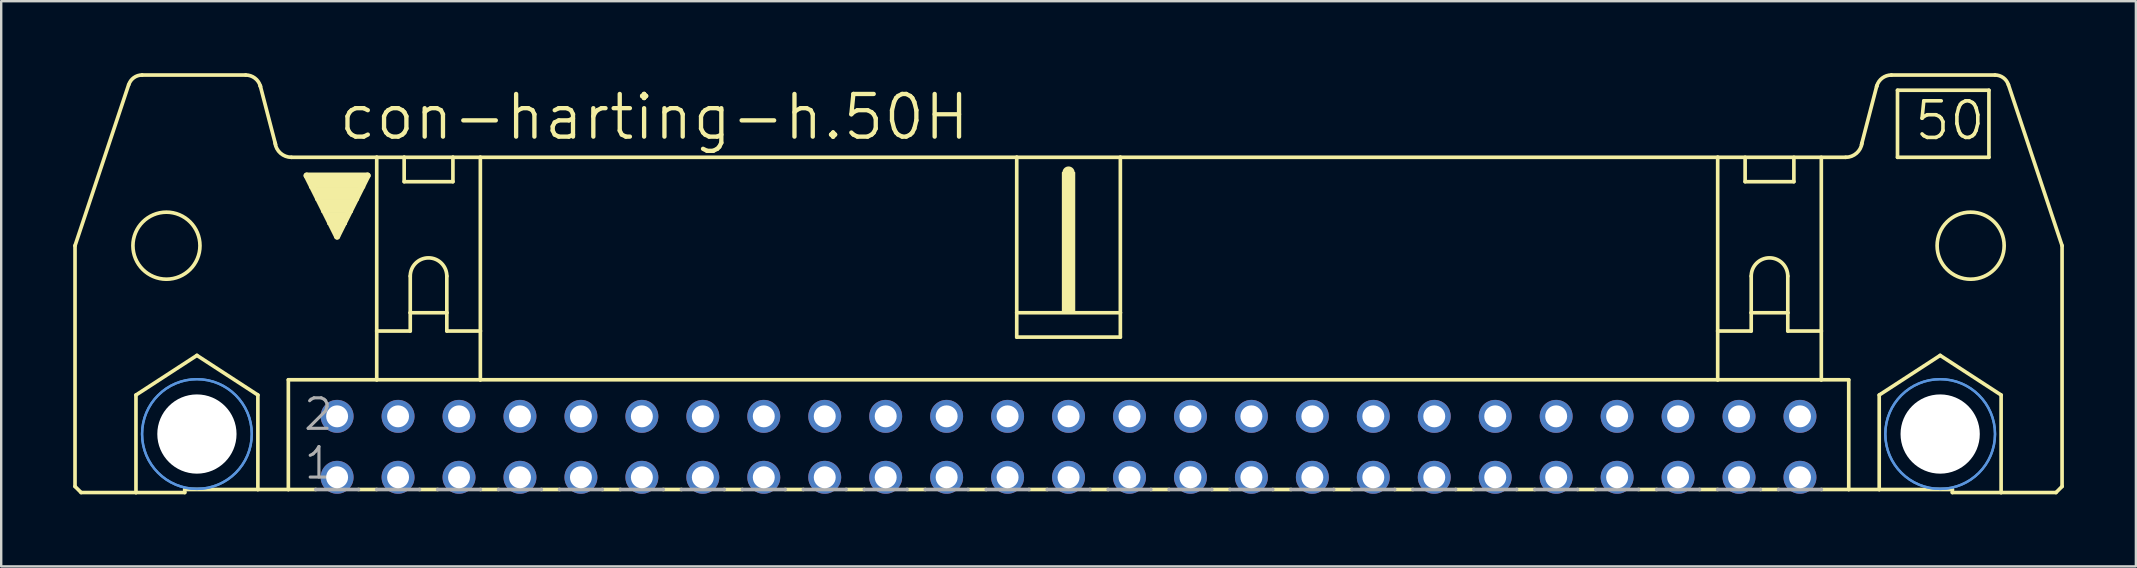
<source format=kicad_pcb>
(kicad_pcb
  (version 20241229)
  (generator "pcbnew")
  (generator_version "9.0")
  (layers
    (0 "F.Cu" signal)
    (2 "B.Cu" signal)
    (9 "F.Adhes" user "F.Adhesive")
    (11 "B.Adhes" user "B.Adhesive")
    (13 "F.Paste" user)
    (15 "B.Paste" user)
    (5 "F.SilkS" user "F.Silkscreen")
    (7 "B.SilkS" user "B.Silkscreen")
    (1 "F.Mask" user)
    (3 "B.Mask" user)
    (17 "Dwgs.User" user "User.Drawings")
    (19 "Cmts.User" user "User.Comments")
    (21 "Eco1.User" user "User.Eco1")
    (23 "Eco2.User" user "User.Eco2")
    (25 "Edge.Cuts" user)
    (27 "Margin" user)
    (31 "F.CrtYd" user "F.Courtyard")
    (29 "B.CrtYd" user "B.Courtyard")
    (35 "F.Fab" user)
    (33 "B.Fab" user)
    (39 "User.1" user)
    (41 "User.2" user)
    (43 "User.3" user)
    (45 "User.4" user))
  (footprint "con-harting-h.50H"
    (layer "F.Cu")
    (at 41.478 15.57)
    (property "Reference" "con-harting-h.50H" (at -30.505 -12.7 0) (layer "F.SilkS") (effects (font (size 1.778 1.778) (thickness 0.18)) (justify left bottom)))
    (attr through_hole)
    (fp_line (start -41.402 1.651) (end -41.402 -8.382) (stroke (width 0.152) (type default)) (layer "F.SilkS"))
    (fp_line (start -41.402 1.651) (end -41.148 1.905) (stroke (width 0.152) (type default)) (layer "F.SilkS"))
    (fp_line (start -41.148 1.905) (end -38.862 1.905) (stroke (width 0.152) (type default)) (layer "F.SilkS"))
    (fp_line (start -39.167 -15.088) (end -41.402 -8.382) (stroke (width 0.152) (type default)) (layer "F.SilkS"))
    (fp_line (start -38.862 -2.159) (end -36.322 -3.81) (stroke (width 0.152) (type default)) (layer "F.SilkS"))
    (fp_line (start -38.862 1.905) (end -38.862 -2.159) (stroke (width 0.152) (type default)) (layer "F.SilkS"))
    (fp_line (start -38.862 1.905) (end -36.83 1.905) (stroke (width 0.152) (type default)) (layer "F.SilkS"))
    (fp_line (start -36.83 1.778) (end -36.83 1.905) (stroke (width 0.152) (type default)) (layer "F.SilkS"))
    (fp_line (start -36.83 1.778) (end -33.782 1.778) (stroke (width 0.152) (type default)) (layer "F.SilkS"))
    (fp_line (start -36.322 -3.81) (end -33.782 -2.159) (stroke (width 0.152) (type default)) (layer "F.SilkS"))
    (fp_line (start -34.29 -15.494) (end -38.608 -15.494) (stroke (width 0.152) (type default)) (layer "F.SilkS"))
    (fp_line (start -33.782 1.778) (end -33.782 -2.159) (stroke (width 0.152) (type default)) (layer "F.SilkS"))
    (fp_line (start -33.782 1.778) (end -32.512 1.778) (stroke (width 0.152) (type default)) (layer "F.SilkS"))
    (fp_line (start -33.045 -12.598) (end -33.68 -15.037) (stroke (width 0.152) (type default)) (layer "F.SilkS"))
    (fp_line (start -32.512 -2.794) (end -32.512 1.778) (stroke (width 0.152) (type default)) (layer "F.SilkS"))
    (fp_line (start -32.512 1.778) (end -31.369 1.778) (stroke (width 0.152) (type default)) (layer "F.SilkS"))
    (fp_line (start -32.385 -12.065) (end -28.829 -12.065) (stroke (width 0.152) (type default)) (layer "F.SilkS"))
    (fp_line (start -31.75 -11.303) (end -29.21 -11.303) (stroke (width 0.254) (type default)) (layer "F.SilkS"))
    (fp_line (start -30.48 -8.763) (end -31.75 -11.303) (stroke (width 0.254) (type default)) (layer "F.SilkS"))
    (fp_line (start -29.591 1.778) (end -28.829 1.778) (stroke (width 0.152) (type default)) (layer "F.SilkS"))
    (fp_line (start -29.21 -11.303) (end -30.48 -8.763) (stroke (width 0.254) (type default)) (layer "F.SilkS"))
    (fp_line (start -28.829 -12.065) (end -27.686 -12.065) (stroke (width 0.152) (type default)) (layer "F.SilkS"))
    (fp_line (start -28.829 -4.826) (end -28.829 -12.065) (stroke (width 0.152) (type default)) (layer "F.SilkS"))
    (fp_line (start -28.829 -4.826) (end -28.829 -2.794) (stroke (width 0.152) (type default)) (layer "F.SilkS"))
    (fp_line (start -28.829 -4.826) (end -27.432 -4.826) (stroke (width 0.152) (type default)) (layer "F.SilkS"))
    (fp_line (start -28.829 -2.794) (end -32.512 -2.794) (stroke (width 0.152) (type default)) (layer "F.SilkS"))
    (fp_line (start -27.686 -12.065) (end -25.654 -12.065) (stroke (width 0.152) (type default)) (layer "F.SilkS"))
    (fp_line (start -27.686 -11.049) (end -27.686 -12.065) (stroke (width 0.152) (type default)) (layer "F.SilkS"))
    (fp_line (start -27.686 -11.049) (end -25.654 -11.049) (stroke (width 0.152) (type default)) (layer "F.SilkS"))
    (fp_line (start -27.432 -7.112) (end -27.432 -5.588) (stroke (width 0.152) (type default)) (layer "F.SilkS"))
    (fp_line (start -27.432 -5.588) (end -27.432 -4.826) (stroke (width 0.152) (type default)) (layer "F.SilkS"))
    (fp_line (start -27.432 -5.588) (end -25.908 -5.588) (stroke (width 0.152) (type default)) (layer "F.SilkS"))
    (fp_line (start -27.051 1.778) (end -26.289 1.778) (stroke (width 0.152) (type default)) (layer "F.SilkS"))
    (fp_line (start -25.908 -7.112) (end -25.908 -5.588) (stroke (width 0.152) (type default)) (layer "F.SilkS"))
    (fp_line (start -25.908 -5.588) (end -25.908 -4.826) (stroke (width 0.152) (type default)) (layer "F.SilkS"))
    (fp_line (start -25.908 -4.826) (end -24.511 -4.826) (stroke (width 0.152) (type default)) (layer "F.SilkS"))
    (fp_line (start -25.654 -12.065) (end -25.654 -11.049) (stroke (width 0.152) (type default)) (layer "F.SilkS"))
    (fp_line (start -25.654 -12.065) (end -24.511 -12.065) (stroke (width 0.152) (type default)) (layer "F.SilkS"))
    (fp_line (start -24.511 -12.065) (end -2.159 -12.065) (stroke (width 0.152) (type default)) (layer "F.SilkS"))
    (fp_line (start -24.511 -4.826) (end -24.511 -12.065) (stroke (width 0.152) (type default)) (layer "F.SilkS"))
    (fp_line (start -24.511 -4.826) (end -24.511 -2.794) (stroke (width 0.152) (type default)) (layer "F.SilkS"))
    (fp_line (start -24.511 -2.794) (end -28.829 -2.794) (stroke (width 0.152) (type default)) (layer "F.SilkS"))
    (fp_line (start -24.511 1.778) (end -23.749 1.778) (stroke (width 0.152) (type default)) (layer "F.SilkS"))
    (fp_line (start -21.971 1.778) (end -21.209 1.778) (stroke (width 0.152) (type default)) (layer "F.SilkS"))
    (fp_line (start -19.431 1.778) (end -18.669 1.778) (stroke (width 0.152) (type default)) (layer "F.SilkS"))
    (fp_line (start -16.891 1.778) (end -16.129 1.778) (stroke (width 0.152) (type default)) (layer "F.SilkS"))
    (fp_line (start -14.351 1.778) (end -13.589 1.778) (stroke (width 0.152) (type default)) (layer "F.SilkS"))
    (fp_line (start -11.811 1.778) (end -11.049 1.778) (stroke (width 0.152) (type default)) (layer "F.SilkS"))
    (fp_line (start -9.271 1.778) (end -8.509 1.778) (stroke (width 0.152) (type default)) (layer "F.SilkS"))
    (fp_line (start -6.731 1.778) (end -5.969 1.778) (stroke (width 0.152) (type default)) (layer "F.SilkS"))
    (fp_line (start -4.191 1.778) (end -3.429 1.778) (stroke (width 0.152) (type default)) (layer "F.SilkS"))
    (fp_line (start -2.159 -12.065) (end -2.159 -5.588) (stroke (width 0.152) (type default)) (layer "F.SilkS"))
    (fp_line (start -2.159 -12.065) (end 2.159 -12.065) (stroke (width 0.152) (type default)) (layer "F.SilkS"))
    (fp_line (start -2.159 -5.588) (end -2.159 -4.572) (stroke (width 0.152) (type default)) (layer "F.SilkS"))
    (fp_line (start -1.651 1.778) (end -0.889 1.778) (stroke (width 0.152) (type default)) (layer "F.SilkS"))
    (fp_line (start 0 -11.176) (end 0 -11.43) (stroke (width 0.508) (type default)) (layer "F.SilkS"))
    (fp_line (start 0.889 1.778) (end 1.651 1.778) (stroke (width 0.152) (type default)) (layer "F.SilkS"))
    (fp_line (start 2.159 -12.065) (end 2.159 -5.588) (stroke (width 0.152) (type default)) (layer "F.SilkS"))
    (fp_line (start 2.159 -12.065) (end 27.051 -12.065) (stroke (width 0.152) (type default)) (layer "F.SilkS"))
    (fp_line (start 2.159 -5.588) (end -2.159 -5.588) (stroke (width 0.152) (type default)) (layer "F.SilkS"))
    (fp_line (start 2.159 -5.588) (end 2.159 -4.572) (stroke (width 0.152) (type default)) (layer "F.SilkS"))
    (fp_line (start 2.159 -4.572) (end -2.159 -4.572) (stroke (width 0.152) (type default)) (layer "F.SilkS"))
    (fp_line (start 3.429 1.778) (end 4.191 1.778) (stroke (width 0.152) (type default)) (layer "F.SilkS"))
    (fp_line (start 5.969 1.778) (end 6.731 1.778) (stroke (width 0.152) (type default)) (layer "F.SilkS"))
    (fp_line (start 8.509 1.778) (end 9.271 1.778) (stroke (width 0.152) (type default)) (layer "F.SilkS"))
    (fp_line (start 11.049 1.778) (end 11.811 1.778) (stroke (width 0.152) (type default)) (layer "F.SilkS"))
    (fp_line (start 13.589 1.778) (end 14.351 1.778) (stroke (width 0.152) (type default)) (layer "F.SilkS"))
    (fp_line (start 16.129 1.778) (end 16.891 1.778) (stroke (width 0.152) (type default)) (layer "F.SilkS"))
    (fp_line (start 18.669 1.778) (end 19.431 1.778) (stroke (width 0.152) (type default)) (layer "F.SilkS"))
    (fp_line (start 21.209 1.778) (end 21.971 1.778) (stroke (width 0.152) (type default)) (layer "F.SilkS"))
    (fp_line (start 23.749 1.778) (end 24.511 1.778) (stroke (width 0.152) (type default)) (layer "F.SilkS"))
    (fp_line (start 26.289 1.778) (end 27.051 1.778) (stroke (width 0.152) (type default)) (layer "F.SilkS"))
    (fp_line (start 27.051 -12.065) (end 32.385 -12.065) (stroke (width 0.152) (type default)) (layer "F.SilkS"))
    (fp_line (start 27.051 -4.826) (end 27.051 -12.065) (stroke (width 0.152) (type default)) (layer "F.SilkS"))
    (fp_line (start 27.051 -4.826) (end 27.051 -2.794) (stroke (width 0.152) (type default)) (layer "F.SilkS"))
    (fp_line (start 27.051 -4.826) (end 28.448 -4.826) (stroke (width 0.152) (type default)) (layer "F.SilkS"))
    (fp_line (start 27.051 -2.794) (end -24.511 -2.794) (stroke (width 0.152) (type default)) (layer "F.SilkS"))
    (fp_line (start 28.194 -11.049) (end 28.194 -12.065) (stroke (width 0.152) (type default)) (layer "F.SilkS"))
    (fp_line (start 28.194 -11.049) (end 30.226 -11.049) (stroke (width 0.152) (type default)) (layer "F.SilkS"))
    (fp_line (start 28.448 -7.112) (end 28.448 -5.588) (stroke (width 0.152) (type default)) (layer "F.SilkS"))
    (fp_line (start 28.448 -5.588) (end 28.448 -4.826) (stroke (width 0.152) (type default)) (layer "F.SilkS"))
    (fp_line (start 28.448 -5.588) (end 29.972 -5.588) (stroke (width 0.152) (type default)) (layer "F.SilkS"))
    (fp_line (start 28.829 1.778) (end 29.591 1.778) (stroke (width 0.152) (type default)) (layer "F.SilkS"))
    (fp_line (start 29.972 -7.112) (end 29.972 -5.588) (stroke (width 0.152) (type default)) (layer "F.SilkS"))
    (fp_line (start 29.972 -5.588) (end 29.972 -4.826) (stroke (width 0.152) (type default)) (layer "F.SilkS"))
    (fp_line (start 29.972 -4.826) (end 31.369 -4.826) (stroke (width 0.152) (type default)) (layer "F.SilkS"))
    (fp_line (start 30.226 -12.065) (end 30.226 -11.049) (stroke (width 0.152) (type default)) (layer "F.SilkS"))
    (fp_line (start 31.369 -4.826) (end 31.369 -12.065) (stroke (width 0.152) (type default)) (layer "F.SilkS"))
    (fp_line (start 31.369 -4.826) (end 31.369 -2.794) (stroke (width 0.152) (type default)) (layer "F.SilkS"))
    (fp_line (start 31.369 -2.794) (end 27.051 -2.794) (stroke (width 0.152) (type default)) (layer "F.SilkS"))
    (fp_line (start 32.512 -2.794) (end 31.369 -2.794) (stroke (width 0.152) (type default)) (layer "F.SilkS"))
    (fp_line (start 32.512 -2.794) (end 32.512 1.778) (stroke (width 0.152) (type default)) (layer "F.SilkS"))
    (fp_line (start 32.512 1.778) (end 31.369 1.778) (stroke (width 0.152) (type default)) (layer "F.SilkS"))
    (fp_line (start 33.045 -12.598) (end 33.68 -15.037) (stroke (width 0.152) (type default)) (layer "F.SilkS"))
    (fp_line (start 33.782 -2.159) (end 36.322 -3.81) (stroke (width 0.152) (type default)) (layer "F.SilkS"))
    (fp_line (start 33.782 1.778) (end 32.512 1.778) (stroke (width 0.152) (type default)) (layer "F.SilkS"))
    (fp_line (start 33.782 1.778) (end 33.782 -2.159) (stroke (width 0.152) (type default)) (layer "F.SilkS"))
    (fp_line (start 34.29 -15.494) (end 38.608 -15.494) (stroke (width 0.152) (type default)) (layer "F.SilkS"))
    (fp_line (start 34.544 -14.859) (end 34.544 -12.065) (stroke (width 0.152) (type default)) (layer "F.SilkS"))
    (fp_line (start 34.544 -12.065) (end 38.354 -12.065) (stroke (width 0.152) (type default)) (layer "F.SilkS"))
    (fp_line (start 36.322 -3.81) (end 38.862 -2.159) (stroke (width 0.152) (type default)) (layer "F.SilkS"))
    (fp_line (start 36.83 1.778) (end 33.782 1.778) (stroke (width 0.152) (type default)) (layer "F.SilkS"))
    (fp_line (start 36.83 1.778) (end 36.83 1.905) (stroke (width 0.152) (type default)) (layer "F.SilkS"))
    (fp_line (start 38.354 -14.859) (end 34.544 -14.859) (stroke (width 0.152) (type default)) (layer "F.SilkS"))
    (fp_line (start 38.354 -14.859) (end 38.354 -12.065) (stroke (width 0.152) (type default)) (layer "F.SilkS"))
    (fp_line (start 38.862 1.905) (end 36.83 1.905) (stroke (width 0.152) (type default)) (layer "F.SilkS"))
    (fp_line (start 38.862 1.905) (end 38.862 -2.159) (stroke (width 0.152) (type default)) (layer "F.SilkS"))
    (fp_line (start 39.167 -15.088) (end 41.402 -8.382) (stroke (width 0.152) (type default)) (layer "F.SilkS"))
    (fp_line (start 41.148 1.905) (end 38.862 1.905) (stroke (width 0.152) (type default)) (layer "F.SilkS"))
    (fp_line (start 41.402 1.651) (end 41.148 1.905) (stroke (width 0.152) (type default)) (layer "F.SilkS"))
    (fp_line (start 41.402 1.651) (end 41.402 -8.382) (stroke (width 0.152) (type default)) (layer "F.SilkS"))
    (fp_rect (start -31.623 -10.795) (end -29.337 -11.303) (stroke (width 0.05) (type default)) (fill yes) (layer "F.SilkS"))
    (fp_rect (start -31.369 -10.287) (end -29.591 -10.795) (stroke (width 0.05) (type default)) (fill yes) (layer "F.SilkS"))
    (fp_rect (start -31.115 -9.779) (end -29.845 -10.287) (stroke (width 0.05) (type default)) (fill yes) (layer "F.SilkS"))
    (fp_rect (start -30.861 -9.271) (end -30.099 -9.779) (stroke (width 0.05) (type default)) (fill yes) (layer "F.SilkS"))
    (fp_rect (start -30.607 -9.017) (end -30.353 -9.271) (stroke (width 0.05) (type default)) (fill yes) (layer "F.SilkS"))
    (fp_rect (start -0.254 -5.588) (end 0.254 -11.43) (stroke (width 0.05) (type default)) (fill yes) (layer "F.SilkS"))
    (fp_arc (start -39.1644 -15.0878) (mid -38.952454 -15.38168) (end -38.608 -15.4941) (stroke (width 0.1524) (type default)) (layer "F.SilkS"))
    (fp_arc (start -34.29 -15.494) (mid -33.909 -15.367) (end -33.6804 -15.0368) (stroke (width 0.1524) (type default)) (layer "F.SilkS"))
    (fp_arc (start -33.6804 -15.0368) (mid -33.677084 -15.024931) (end -33.674 -15.013) (stroke (width 0.1524) (type default)) (layer "F.SilkS"))
    (fp_arc (start -32.385 -12.065) (mid -32.836774 -12.234824) (end -33.0648 -12.6602) (stroke (width 0.1524) (type default)) (layer "F.SilkS"))
    (fp_arc (start -27.432 -7.112) (mid -26.67 -7.874) (end -25.908 -7.112) (stroke (width 0.1524) (type default)) (layer "F.SilkS"))
    (fp_arc (start 28.448 -7.112) (mid 29.21 -7.874) (end 29.972 -7.112) (stroke (width 0.1524) (type default)) (layer "F.SilkS"))
    (fp_arc (start 33.0648 -12.6602) (mid 32.836774 -12.234824) (end 32.385 -12.065) (stroke (width 0.1524) (type default)) (layer "F.SilkS"))
    (fp_arc (start 33.674 -15.013) (mid 33.677084 -15.024931) (end 33.6804 -15.0368) (stroke (width 0.1524) (type default)) (layer "F.SilkS"))
    (fp_arc (start 33.6804 -15.0368) (mid 33.909 -15.367) (end 34.29 -15.494) (stroke (width 0.1524) (type default)) (layer "F.SilkS"))
    (fp_arc (start 38.608 -15.494) (mid 38.952385 -15.38161) (end 39.1643 -15.0878) (stroke (width 0.1524) (type default)) (layer "F.SilkS"))
    (fp_circle (center -37.592 -8.382) (end -36.195 -8.382) (stroke (width 0.152) (type default)) (fill no) (layer "F.SilkS"))
    (fp_circle (center -36.322 -0.533) (end -35.001 -0.533) (stroke (width 0.152) (type default)) (fill no) (layer "F.SilkS"))
    (fp_circle (center 36.322 -0.533) (end 37.643 -0.533) (stroke (width 0.152) (type default)) (fill no) (layer "F.SilkS"))
    (fp_circle (center 37.592 -8.382) (end 38.989 -8.382) (stroke (width 0.152) (type default)) (fill no) (layer "F.SilkS"))
    (fp_circle (center -36.322 -0.533) (end -34.036 -0.533) (stroke (width 0.1) (type default)) (fill no) (layer "Cmts.User"))
    (fp_circle (center -36.322 -0.533) (end -34.036 -0.533) (stroke (width 0.1) (type default)) (fill no) (layer "Cmts.User"))
    (fp_circle (center 36.322 -0.533) (end 38.608 -0.533) (stroke (width 0.1) (type default)) (fill no) (layer "Cmts.User"))
    (fp_circle (center 36.322 -0.533) (end 38.608 -0.533) (stroke (width 0.1) (type default)) (fill no) (layer "Cmts.User"))
    (fp_line (start -31.369 1.778) (end -29.591 1.778) (stroke (width 0.152) (type default)) (layer "F.Fab"))
    (fp_line (start -28.829 1.778) (end -27.051 1.778) (stroke (width 0.152) (type default)) (layer "F.Fab"))
    (fp_line (start -26.289 1.778) (end -24.511 1.778) (stroke (width 0.152) (type default)) (layer "F.Fab"))
    (fp_line (start -23.749 1.778) (end -21.971 1.778) (stroke (width 0.152) (type default)) (layer "F.Fab"))
    (fp_line (start -21.209 1.778) (end -19.431 1.778) (stroke (width 0.152) (type default)) (layer "F.Fab"))
    (fp_line (start -18.669 1.778) (end -16.891 1.778) (stroke (width 0.152) (type default)) (layer "F.Fab"))
    (fp_line (start -16.129 1.778) (end -14.351 1.778) (stroke (width 0.152) (type default)) (layer "F.Fab"))
    (fp_line (start -13.589 1.778) (end -11.811 1.778) (stroke (width 0.152) (type default)) (layer "F.Fab"))
    (fp_line (start -11.049 1.778) (end -9.271 1.778) (stroke (width 0.152) (type default)) (layer "F.Fab"))
    (fp_line (start -8.509 1.778) (end -6.731 1.778) (stroke (width 0.152) (type default)) (layer "F.Fab"))
    (fp_line (start -5.969 1.778) (end -4.191 1.778) (stroke (width 0.152) (type default)) (layer "F.Fab"))
    (fp_line (start -3.429 1.778) (end -1.651 1.778) (stroke (width 0.152) (type default)) (layer "F.Fab"))
    (fp_line (start -0.889 1.778) (end 0.889 1.778) (stroke (width 0.152) (type default)) (layer "F.Fab"))
    (fp_line (start 1.651 1.778) (end 3.429 1.778) (stroke (width 0.152) (type default)) (layer "F.Fab"))
    (fp_line (start 4.191 1.778) (end 5.969 1.778) (stroke (width 0.152) (type default)) (layer "F.Fab"))
    (fp_line (start 6.731 1.778) (end 8.509 1.778) (stroke (width 0.152) (type default)) (layer "F.Fab"))
    (fp_line (start 9.271 1.778) (end 11.049 1.778) (stroke (width 0.152) (type default)) (layer "F.Fab"))
    (fp_line (start 13.589 1.778) (end 11.811 1.778) (stroke (width 0.152) (type default)) (layer "F.Fab"))
    (fp_line (start 16.129 1.778) (end 14.351 1.778) (stroke (width 0.152) (type default)) (layer "F.Fab"))
    (fp_line (start 18.669 1.778) (end 16.891 1.778) (stroke (width 0.152) (type default)) (layer "F.Fab"))
    (fp_line (start 21.209 1.778) (end 19.431 1.778) (stroke (width 0.152) (type default)) (layer "F.Fab"))
    (fp_line (start 23.749 1.778) (end 21.971 1.778) (stroke (width 0.152) (type default)) (layer "F.Fab"))
    (fp_line (start 26.289 1.778) (end 24.511 1.778) (stroke (width 0.152) (type default)) (layer "F.Fab"))
    (fp_line (start 28.829 1.778) (end 27.051 1.778) (stroke (width 0.152) (type default)) (layer "F.Fab"))
    (fp_line (start 31.369 1.778) (end 29.591 1.778) (stroke (width 0.152) (type default)) (layer "F.Fab"))
    (fp_text user "50" (at 35.179 -12.7 0) (layer "F.SilkS") (effects (font (size 1.524 1.524) (thickness 0.15)) (justify left bottom)))
    (fp_text user "2" (at -31.953 -0.61 0) (layer "F.Fab") (effects (font (size 1.27 1.27) (thickness 0.13)) (justify left bottom)))
    (fp_text user "1" (at -31.928 1.422 0) (layer "F.Fab") (effects (font (size 1.27 1.27) (thickness 0.13)) (justify left bottom)))
    (pad "" np_thru_hole circle (at -36.322 -0.533) (size 3.302 3.302) (drill 3.302) (layers "*.Cu" "*.Mask"))
    (pad "" np_thru_hole circle (at 36.322 -0.533) (size 3.302 3.302) (drill 3.302) (layers "*.Cu" "*.Mask"))
    (pad "1" thru_hole circle (at -30.48 1.27) (size 1.372 1.372) (drill 0.914) (layers "*.Cu" "*.Mask"))
    (pad "2" thru_hole circle (at -30.48 -1.27) (size 1.372 1.372) (drill 0.914) (layers "*.Cu" "*.Mask"))
    (pad "3" thru_hole circle (at -27.94 1.27) (size 1.372 1.372) (drill 0.914) (layers "*.Cu" "*.Mask"))
    (pad "4" thru_hole circle (at -27.94 -1.27) (size 1.372 1.372) (drill 0.914) (layers "*.Cu" "*.Mask"))
    (pad "5" thru_hole circle (at -25.4 1.27) (size 1.372 1.372) (drill 0.914) (layers "*.Cu" "*.Mask"))
    (pad "6" thru_hole circle (at -25.4 -1.27) (size 1.372 1.372) (drill 0.914) (layers "*.Cu" "*.Mask"))
    (pad "7" thru_hole circle (at -22.86 1.27) (size 1.372 1.372) (drill 0.914) (layers "*.Cu" "*.Mask"))
    (pad "8" thru_hole circle (at -22.86 -1.27) (size 1.372 1.372) (drill 0.914) (layers "*.Cu" "*.Mask"))
    (pad "9" thru_hole circle (at -20.32 1.27) (size 1.372 1.372) (drill 0.914) (layers "*.Cu" "*.Mask"))
    (pad "10" thru_hole circle (at -20.32 -1.27) (size 1.372 1.372) (drill 0.914) (layers "*.Cu" "*.Mask"))
    (pad "11" thru_hole circle (at -17.78 1.27) (size 1.372 1.372) (drill 0.914) (layers "*.Cu" "*.Mask"))
    (pad "12" thru_hole circle (at -17.78 -1.27) (size 1.372 1.372) (drill 0.914) (layers "*.Cu" "*.Mask"))
    (pad "13" thru_hole circle (at -15.24 1.27) (size 1.372 1.372) (drill 0.914) (layers "*.Cu" "*.Mask"))
    (pad "14" thru_hole circle (at -15.24 -1.27) (size 1.372 1.372) (drill 0.914) (layers "*.Cu" "*.Mask"))
    (pad "15" thru_hole circle (at -12.7 1.27) (size 1.372 1.372) (drill 0.914) (layers "*.Cu" "*.Mask"))
    (pad "16" thru_hole circle (at -12.7 -1.27) (size 1.372 1.372) (drill 0.914) (layers "*.Cu" "*.Mask"))
    (pad "17" thru_hole circle (at -10.16 1.27) (size 1.372 1.372) (drill 0.914) (layers "*.Cu" "*.Mask"))
    (pad "18" thru_hole circle (at -10.16 -1.27) (size 1.372 1.372) (drill 0.914) (layers "*.Cu" "*.Mask"))
    (pad "19" thru_hole circle (at -7.62 1.27) (size 1.372 1.372) (drill 0.914) (layers "*.Cu" "*.Mask"))
    (pad "20" thru_hole circle (at -7.62 -1.27) (size 1.372 1.372) (drill 0.914) (layers "*.Cu" "*.Mask"))
    (pad "21" thru_hole circle (at -5.08 1.27) (size 1.372 1.372) (drill 0.914) (layers "*.Cu" "*.Mask"))
    (pad "22" thru_hole circle (at -5.08 -1.27) (size 1.372 1.372) (drill 0.914) (layers "*.Cu" "*.Mask"))
    (pad "23" thru_hole circle (at -2.54 1.27) (size 1.372 1.372) (drill 0.914) (layers "*.Cu" "*.Mask"))
    (pad "24" thru_hole circle (at -2.54 -1.27) (size 1.372 1.372) (drill 0.914) (layers "*.Cu" "*.Mask"))
    (pad "25" thru_hole circle (at 0 1.27) (size 1.372 1.372) (drill 0.914) (layers "*.Cu" "*.Mask"))
    (pad "26" thru_hole circle (at 0 -1.27) (size 1.372 1.372) (drill 0.914) (layers "*.Cu" "*.Mask"))
    (pad "27" thru_hole circle (at 2.54 1.27) (size 1.372 1.372) (drill 0.914) (layers "*.Cu" "*.Mask"))
    (pad "28" thru_hole circle (at 2.54 -1.27) (size 1.372 1.372) (drill 0.914) (layers "*.Cu" "*.Mask"))
    (pad "29" thru_hole circle (at 5.08 1.27) (size 1.372 1.372) (drill 0.914) (layers "*.Cu" "*.Mask"))
    (pad "30" thru_hole circle (at 5.08 -1.27) (size 1.372 1.372) (drill 0.914) (layers "*.Cu" "*.Mask"))
    (pad "31" thru_hole circle (at 7.62 1.27) (size 1.372 1.372) (drill 0.914) (layers "*.Cu" "*.Mask"))
    (pad "32" thru_hole circle (at 7.62 -1.27) (size 1.372 1.372) (drill 0.914) (layers "*.Cu" "*.Mask"))
    (pad "33" thru_hole circle (at 10.16 1.27) (size 1.372 1.372) (drill 0.914) (layers "*.Cu" "*.Mask"))
    (pad "34" thru_hole circle (at 10.16 -1.27) (size 1.372 1.372) (drill 0.914) (layers "*.Cu" "*.Mask"))
    (pad "35" thru_hole circle (at 12.7 1.27) (size 1.372 1.372) (drill 0.914) (layers "*.Cu" "*.Mask"))
    (pad "36" thru_hole circle (at 12.7 -1.27) (size 1.372 1.372) (drill 0.914) (layers "*.Cu" "*.Mask"))
    (pad "37" thru_hole circle (at 15.24 1.27) (size 1.372 1.372) (drill 0.914) (layers "*.Cu" "*.Mask"))
    (pad "38" thru_hole circle (at 15.24 -1.27) (size 1.372 1.372) (drill 0.914) (layers "*.Cu" "*.Mask"))
    (pad "39" thru_hole circle (at 17.78 1.27) (size 1.372 1.372) (drill 0.914) (layers "*.Cu" "*.Mask"))
    (pad "40" thru_hole circle (at 17.78 -1.27) (size 1.372 1.372) (drill 0.914) (layers "*.Cu" "*.Mask"))
    (pad "41" thru_hole circle (at 20.32 1.27) (size 1.372 1.372) (drill 0.914) (layers "*.Cu" "*.Mask"))
    (pad "42" thru_hole circle (at 20.32 -1.27) (size 1.372 1.372) (drill 0.914) (layers "*.Cu" "*.Mask"))
    (pad "43" thru_hole circle (at 22.86 1.27) (size 1.372 1.372) (drill 0.914) (layers "*.Cu" "*.Mask"))
    (pad "44" thru_hole circle (at 22.86 -1.27) (size 1.372 1.372) (drill 0.914) (layers "*.Cu" "*.Mask"))
    (pad "45" thru_hole circle (at 25.4 1.27) (size 1.372 1.372) (drill 0.914) (layers "*.Cu" "*.Mask"))
    (pad "46" thru_hole circle (at 25.4 -1.27) (size 1.372 1.372) (drill 0.914) (layers "*.Cu" "*.Mask"))
    (pad "47" thru_hole circle (at 27.94 1.27) (size 1.372 1.372) (drill 0.914) (layers "*.Cu" "*.Mask"))
    (pad "48" thru_hole circle (at 27.94 -1.27) (size 1.372 1.372) (drill 0.914) (layers "*.Cu" "*.Mask"))
    (pad "49" thru_hole circle (at 30.48 1.27) (size 1.372 1.372) (drill 0.914) (layers "*.Cu" "*.Mask"))
    (pad "50" thru_hole circle (at 30.48 -1.27) (size 1.372 1.372) (drill 0.914) (layers "*.Cu" "*.Mask")))
  (gr_rect
    (start -3 -3)
    (end 85.956 20.552)
    (stroke (width 0.1) (type default))
    (fill no)
    (layer "Edge.Cuts")))
</source>
